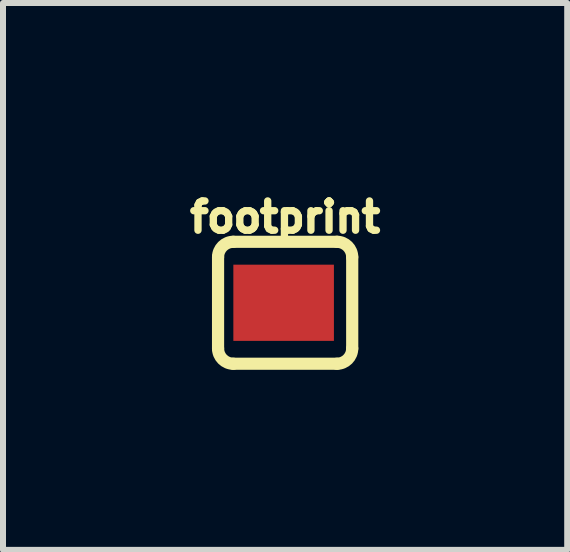
<source format=kicad_pcb>
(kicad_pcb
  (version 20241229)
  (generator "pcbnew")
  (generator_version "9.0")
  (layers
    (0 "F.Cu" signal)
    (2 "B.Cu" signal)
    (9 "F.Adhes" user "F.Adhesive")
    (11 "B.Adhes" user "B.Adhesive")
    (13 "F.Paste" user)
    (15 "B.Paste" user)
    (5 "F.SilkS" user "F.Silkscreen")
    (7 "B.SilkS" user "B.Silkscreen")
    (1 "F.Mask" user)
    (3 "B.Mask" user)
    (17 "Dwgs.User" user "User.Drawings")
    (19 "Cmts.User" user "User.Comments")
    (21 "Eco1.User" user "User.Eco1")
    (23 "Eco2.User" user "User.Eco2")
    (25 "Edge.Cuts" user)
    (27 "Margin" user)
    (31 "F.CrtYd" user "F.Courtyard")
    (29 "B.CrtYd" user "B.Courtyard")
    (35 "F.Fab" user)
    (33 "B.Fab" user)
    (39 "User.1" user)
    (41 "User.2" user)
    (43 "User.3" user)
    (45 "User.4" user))
  (footprint "footprint"
    (layer "F.Cu")
    (at 1.702 1.996)
    (property "Reference" "footprint" (at 0 -1.143 0) (layer "F.SilkS") (effects (font (size 0.488 0.488) (thickness 0.122)) (justify bottom)))
    (fp_line (start -1.118 0.762) (end -1.118 -0.762) (stroke (width 0.203) (type solid)) (layer "F.SilkS"))
    (fp_line (start -0.864 -1.016) (end 0.864 -1.016) (stroke (width 0.203) (type solid)) (layer "F.SilkS"))
    (fp_line (start 0.864 1.016) (end -0.864 1.016) (stroke (width 0.203) (type solid)) (layer "F.SilkS"))
    (fp_line (start 1.118 0.762) (end 1.118 -0.762) (stroke (width 0.203) (type solid)) (layer "F.SilkS"))
    (fp_arc (start -1.1176 -0.762) (mid -1.043205 -0.941605) (end -0.8636 -1.016) (stroke (width 0.2032) (type solid)) (layer "F.SilkS"))
    (fp_arc (start -0.8636 1.016) (mid -1.043205 0.941605) (end -1.1176 0.762) (stroke (width 0.2032) (type solid)) (layer "F.SilkS"))
    (fp_arc (start 0.8636 -1.016) (mid 1.043205 -0.941605) (end 1.1176 -0.762) (stroke (width 0.2032) (type solid)) (layer "F.SilkS"))
    (fp_arc (start 1.1176 0.762) (mid 1.043205 0.941605) (end 0.8636 1.016) (stroke (width 0.2032) (type solid)) (layer "F.SilkS"))
    (pad "1" smd rect (at -0.025 0) (size 1.676 1.27) (layers "F.Cu" "F.Mask")))
  (gr_rect
    (start -3 -3)
    (end 6.403 6.114)
    (stroke (width 0.1) (type default))
    (fill no)
    (layer "Edge.Cuts")))
</source>
